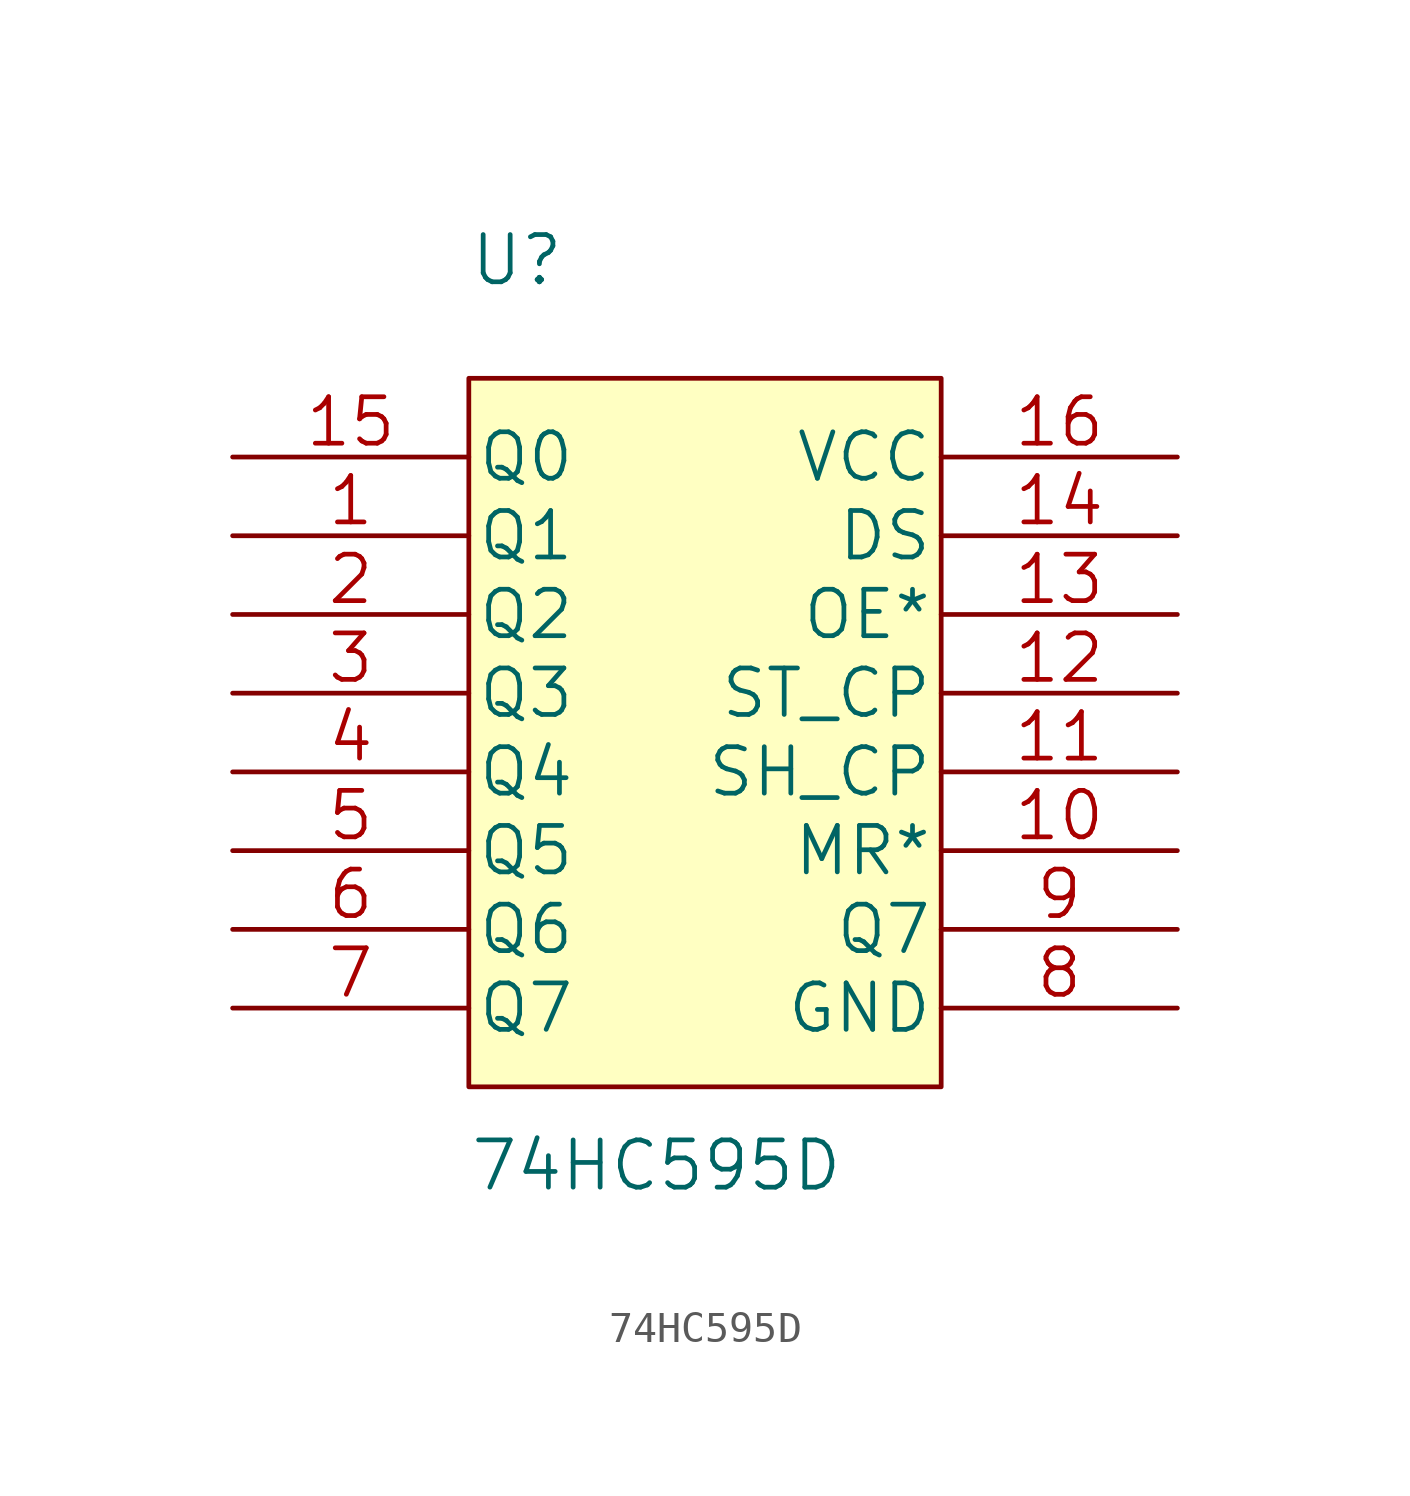
<source format=kicad_sym>
(kicad_symbol_lib
  (version 20211014)
  (generator kicad_symbol_editor)
  (symbol "74HC595D"
    (pin_names
      (offset 0.254))
    (property "Reference" "U"
      (at -7.62 15.24 0)
      (effects (font (size 1.524 1.524)) (justify left)))
    (property "Value" "74HC595D"
      (at -7.62 -13.97 0)
      (effects (font (size 1.524 1.524)) (justify left)))
    (symbol "74HC595D_0_0"
      (rectangle (start -7.62 11.43) (end 7.62 -11.43) (stroke (width 0) (type default) (color 0 0 0 0)) (fill (type background))))
    (symbol "74HC595D_1_1"
      (pin output line (at -15.24 6.35 0) (length 7.62) (name "Q1" (effects (font (size 1.499 1.499)))) (number "1" (effects (font (size 1.499 1.499)))))
      (pin input line (at 15.24 -3.81 180) (length 7.62) (name "MR*" (effects (font (size 1.499 1.499)))) (number "10" (effects (font (size 1.499 1.499)))))
      (pin input line (at 15.24 -1.27 180) (length 7.62) (name "SH_CP" (effects (font (size 1.499 1.499)))) (number "11" (effects (font (size 1.499 1.499)))))
      (pin input line (at 15.24 1.27 180) (length 7.62) (name "ST_CP" (effects (font (size 1.499 1.499)))) (number "12" (effects (font (size 1.499 1.499)))))
      (pin output line (at 15.24 3.81 180) (length 7.62) (name "OE*" (effects (font (size 1.499 1.499)))) (number "13" (effects (font (size 1.499 1.499)))))
      (pin input line (at 15.24 6.35 180) (length 7.62) (name "DS" (effects (font (size 1.499 1.499)))) (number "14" (effects (font (size 1.499 1.499)))))
      (pin output line (at -15.24 8.89 0) (length 7.62) (name "Q0" (effects (font (size 1.499 1.499)))) (number "15" (effects (font (size 1.499 1.499)))))
      (pin power_in line (at 15.24 8.89 180) (length 7.62) (name "VCC" (effects (font (size 1.499 1.499)))) (number "16" (effects (font (size 1.499 1.499)))))
      (pin output line (at -15.24 3.81 0) (length 7.62) (name "Q2" (effects (font (size 1.499 1.499)))) (number "2" (effects (font (size 1.499 1.499)))))
      (pin output line (at -15.24 1.27 0) (length 7.62) (name "Q3" (effects (font (size 1.499 1.499)))) (number "3" (effects (font (size 1.499 1.499)))))
      (pin output line (at -15.24 -1.27 0) (length 7.62) (name "Q4" (effects (font (size 1.499 1.499)))) (number "4" (effects (font (size 1.499 1.499)))))
      (pin output line (at -15.24 -3.81 0) (length 7.62) (name "Q5" (effects (font (size 1.499 1.499)))) (number "5" (effects (font (size 1.499 1.499)))))
      (pin output line (at -15.24 -6.35 0) (length 7.62) (name "Q6" (effects (font (size 1.499 1.499)))) (number "6" (effects (font (size 1.499 1.499)))))
      (pin output line (at -15.24 -8.89 0) (length 7.62) (name "Q7" (effects (font (size 1.499 1.499)))) (number "7" (effects (font (size 1.499 1.499)))))
      (pin power_in line (at 15.24 -8.89 180) (length 7.62) (name "GND" (effects (font (size 1.499 1.499)))) (number "8" (effects (font (size 1.499 1.499)))))
      (pin output line (at 15.24 -6.35 180) (length 7.62) (name "Q7" (effects (font (size 1.499 1.499)))) (number "9" (effects (font (size 1.499 1.499))))))))
</source>
